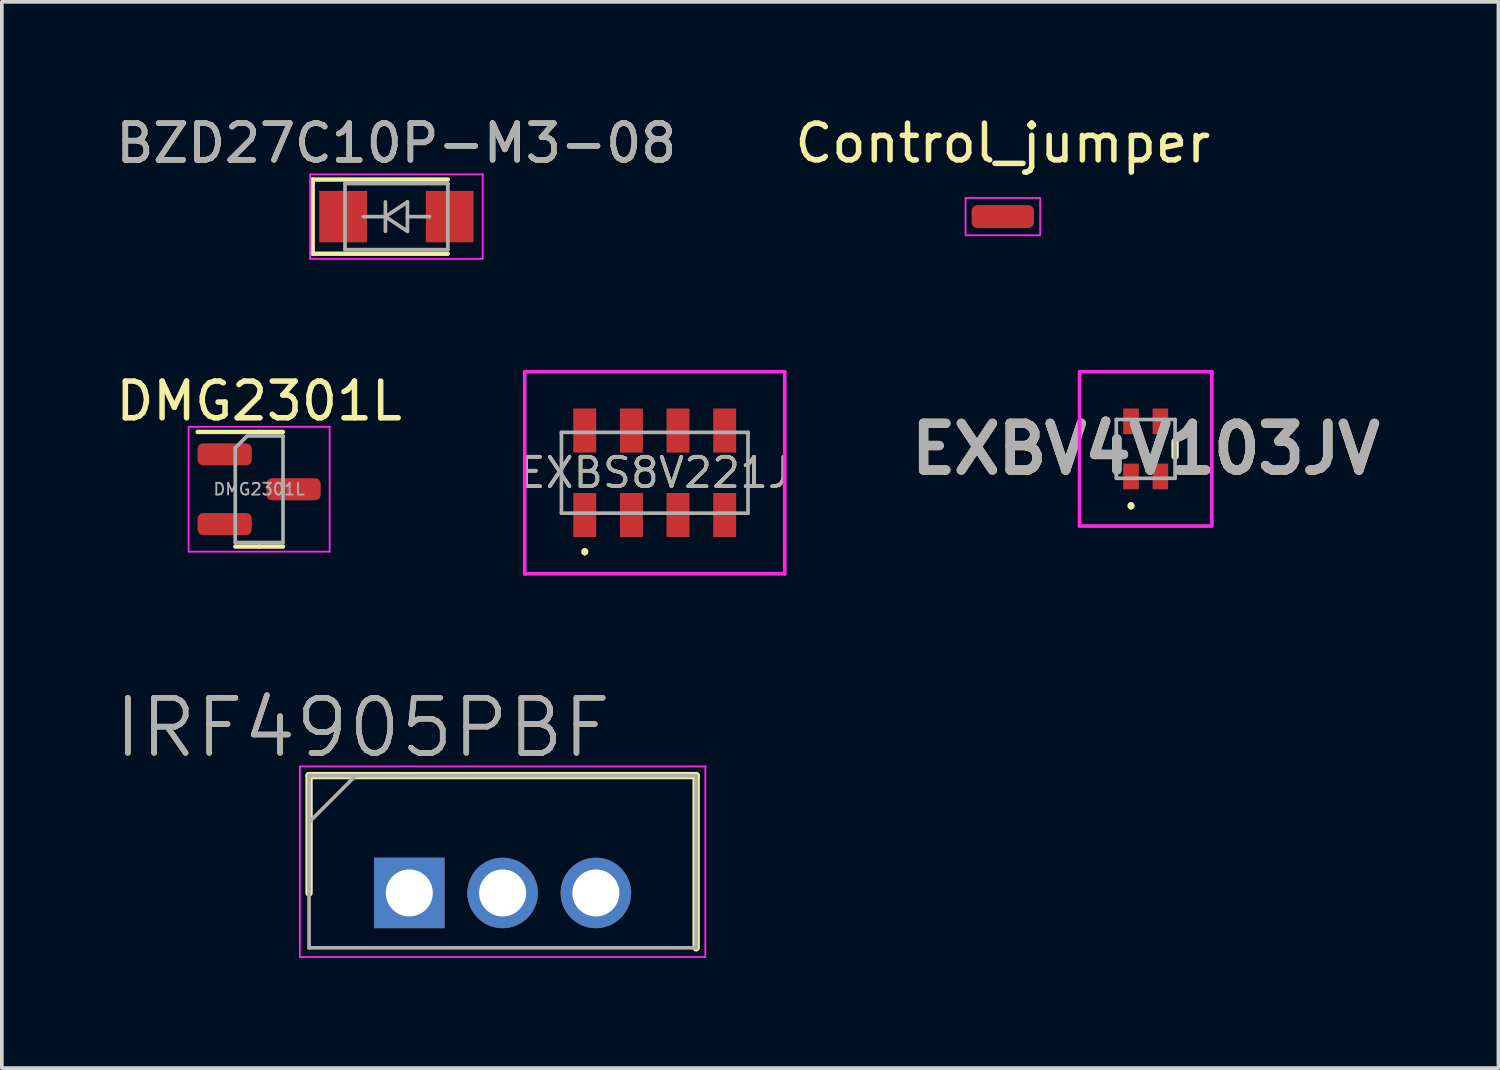
<source format=kicad_pcb>
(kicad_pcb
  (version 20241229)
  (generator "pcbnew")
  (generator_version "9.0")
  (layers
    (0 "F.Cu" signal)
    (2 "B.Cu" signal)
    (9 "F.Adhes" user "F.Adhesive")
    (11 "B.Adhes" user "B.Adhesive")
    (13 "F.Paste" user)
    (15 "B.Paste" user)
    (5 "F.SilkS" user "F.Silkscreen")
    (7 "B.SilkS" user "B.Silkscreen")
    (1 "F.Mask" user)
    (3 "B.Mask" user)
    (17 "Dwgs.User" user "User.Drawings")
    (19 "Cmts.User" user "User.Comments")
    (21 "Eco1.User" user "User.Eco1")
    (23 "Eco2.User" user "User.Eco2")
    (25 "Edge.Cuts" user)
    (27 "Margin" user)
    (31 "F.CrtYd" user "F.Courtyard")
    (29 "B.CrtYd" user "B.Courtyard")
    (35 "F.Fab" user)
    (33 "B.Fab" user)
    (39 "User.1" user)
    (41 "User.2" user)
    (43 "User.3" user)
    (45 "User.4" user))
  (footprint "IRF4905PBF"
    (layer "F.Cu")
    (at 8.095 21.264)
    (property "Reference" "IRF4905PBF" (at -1.27 -4.5 0) (layer "F.SilkS") (effects (font (size 1.5 1.5) (thickness 0.15))))
    (attr through_hole)
    (fp_line (start -2.73 -3.195) (end -2.73 0) (stroke (width 0.2) (type solid)) (layer "F.SilkS"))
    (fp_line (start 7.81 -3.195) (end -2.73 -3.195) (stroke (width 0.2) (type solid)) (layer "F.SilkS"))
    (fp_line (start 7.81 1.495) (end 7.81 -3.195) (stroke (width 0.2) (type solid)) (layer "F.SilkS"))
    (fp_line (start -2.98 -3.445) (end 8.06 -3.445) (stroke (width 0.05) (type solid)) (layer "F.CrtYd"))
    (fp_line (start -2.98 1.745) (end -2.98 -3.445) (stroke (width 0.05) (type solid)) (layer "F.CrtYd"))
    (fp_line (start 8.06 -3.445) (end 8.06 1.745) (stroke (width 0.05) (type solid)) (layer "F.CrtYd"))
    (fp_line (start 8.06 1.745) (end -2.98 1.745) (stroke (width 0.05) (type solid)) (layer "F.CrtYd"))
    (fp_line (start -2.73 -3.195) (end 7.81 -3.195) (stroke (width 0.1) (type solid)) (layer "F.Fab"))
    (fp_line (start -2.73 -1.925) (end -1.46 -3.195) (stroke (width 0.1) (type solid)) (layer "F.Fab"))
    (fp_line (start -2.73 1.495) (end -2.73 -3.195) (stroke (width 0.1) (type solid)) (layer "F.Fab"))
    (fp_line (start 7.81 -3.195) (end 7.81 1.495) (stroke (width 0.1) (type solid)) (layer "F.Fab"))
    (fp_line (start 7.81 1.495) (end -2.73 1.495) (stroke (width 0.1) (type solid)) (layer "F.Fab"))
    (fp_text user "${REFERENCE}" (at -1.27 -4.5 0) (layer "F.Fab") (effects (font (size 1.5 1.5) (thickness 0.15))))
    (pad "1" thru_hole rect (at 0 0) (size 1.92 1.92) (drill 1.28) (layers "*.Cu" "*.Mask"))
    (pad "2" thru_hole circle (at 2.54 0) (size 1.92 1.92) (drill 1.28) (layers "*.Cu" "*.Mask"))
    (pad "3" thru_hole circle (at 5.08 0) (size 1.92 1.92) (drill 1.28) (layers "*.Cu" "*.Mask")))
  (footprint "EXBV4V103JV"
    (layer "F.Cu")
    (at 28.146 9.173)
    (property "Reference" "EXBV4V103JV" (at 0 0 0) (layer "F.SilkS") (effects (font (size 1.27 1.27) (thickness 0.254))))
    (attr smd)
    (fp_line (start -0.8 -0.2) (end -0.8 0.2) (stroke (width 0.2) (type solid)) (layer "F.SilkS"))
    (fp_line (start -0.4 1.5) (end -0.4 1.5) (stroke (width 0.1) (type solid)) (layer "F.SilkS"))
    (fp_line (start -0.4 1.6) (end -0.4 1.6) (stroke (width 0.1) (type solid)) (layer "F.SilkS"))
    (fp_line (start 0.8 -0.2) (end 0.8 0.2) (stroke (width 0.2) (type solid)) (layer "F.SilkS"))
    (fp_arc (start -0.4 1.5) (mid -0.35 1.55) (end -0.4 1.6) (stroke (width 0.1) (type solid)) (layer "F.SilkS"))
    (fp_arc (start -0.4 1.6) (mid -0.45 1.55) (end -0.4 1.5) (stroke (width 0.1) (type solid)) (layer "F.SilkS"))
    (fp_line (start -1.8 -2.1) (end 1.8 -2.1) (stroke (width 0.1) (type solid)) (layer "F.CrtYd"))
    (fp_line (start -1.8 2.1) (end -1.8 -2.1) (stroke (width 0.1) (type solid)) (layer "F.CrtYd"))
    (fp_line (start 1.8 -2.1) (end 1.8 2.1) (stroke (width 0.1) (type solid)) (layer "F.CrtYd"))
    (fp_line (start 1.8 2.1) (end -1.8 2.1) (stroke (width 0.1) (type solid)) (layer "F.CrtYd"))
    (fp_line (start -0.8 -0.8) (end 0.8 -0.8) (stroke (width 0.1) (type solid)) (layer "F.Fab"))
    (fp_line (start -0.8 0.8) (end -0.8 -0.8) (stroke (width 0.1) (type solid)) (layer "F.Fab"))
    (fp_line (start 0.8 -0.8) (end 0.8 0.8) (stroke (width 0.1) (type solid)) (layer "F.Fab"))
    (fp_line (start 0.8 0.8) (end -0.8 0.8) (stroke (width 0.1) (type solid)) (layer "F.Fab"))
    (fp_text user "${REFERENCE}" (at 0 0 0) (layer "F.Fab") (effects (font (size 1.27 1.27) (thickness 0.254))))
    (pad "1" smd rect (at -0.4 0.75) (size 0.425 0.7) (layers "F.Cu" "F.Mask" "F.Paste"))
    (pad "2" smd rect (at 0.4 0.75) (size 0.425 0.7) (layers "F.Cu" "F.Mask" "F.Paste"))
    (pad "3" smd rect (at 0.4 -0.75) (size 0.425 0.7) (layers "F.Cu" "F.Mask" "F.Paste"))
    (pad "4" smd rect (at -0.4 -0.75) (size 0.425 0.7) (layers "F.Cu" "F.Mask" "F.Paste")))
  (footprint "DMG2301L"
    (layer "F.Cu")
    (at 4.006 10.271)
    (property "Reference" "DMG2301L" (at 0 -2.4 0) (layer "F.SilkS") (effects (font (size 1 1) (thickness 0.15))))
    (attr smd)
    (fp_line (start 0 -1.56) (end -1.675 -1.56) (stroke (width 0.12) (type solid)) (layer "F.SilkS"))
    (fp_line (start 0 -1.56) (end 0.65 -1.56) (stroke (width 0.12) (type solid)) (layer "F.SilkS"))
    (fp_line (start 0 1.56) (end -0.65 1.56) (stroke (width 0.12) (type solid)) (layer "F.SilkS"))
    (fp_line (start 0 1.56) (end 0.65 1.56) (stroke (width 0.12) (type solid)) (layer "F.SilkS"))
    (fp_line (start -1.92 -1.7) (end -1.92 1.7) (stroke (width 0.05) (type solid)) (layer "F.CrtYd"))
    (fp_line (start -1.92 1.7) (end 1.92 1.7) (stroke (width 0.05) (type solid)) (layer "F.CrtYd"))
    (fp_line (start 1.92 -1.7) (end -1.92 -1.7) (stroke (width 0.05) (type solid)) (layer "F.CrtYd"))
    (fp_line (start 1.92 1.7) (end 1.92 -1.7) (stroke (width 0.05) (type solid)) (layer "F.CrtYd"))
    (fp_line (start -0.65 -1.125) (end -0.325 -1.45) (stroke (width 0.1) (type solid)) (layer "F.Fab"))
    (fp_line (start -0.65 1.45) (end -0.65 -1.125) (stroke (width 0.1) (type solid)) (layer "F.Fab"))
    (fp_line (start -0.325 -1.45) (end 0.65 -1.45) (stroke (width 0.1) (type solid)) (layer "F.Fab"))
    (fp_line (start 0.65 -1.45) (end 0.65 1.45) (stroke (width 0.1) (type solid)) (layer "F.Fab"))
    (fp_line (start 0.65 1.45) (end -0.65 1.45) (stroke (width 0.1) (type solid)) (layer "F.Fab"))
    (fp_text user "${REFERENCE}" (at 0 0 0) (layer "F.Fab") (effects (font (size 0.32 0.32) (thickness 0.05))))
    (pad "1" smd roundrect (at -0.938 -0.95) (size 1.475 0.6) (layers "F.Cu" "F.Mask" "F.Paste") (roundrect_rratio 0.25))
    (pad "2" smd roundrect (at -0.938 0.95) (size 1.475 0.6) (layers "F.Cu" "F.Mask" "F.Paste") (roundrect_rratio 0.25))
    (pad "3" smd roundrect (at 0.938 0) (size 1.475 0.6) (layers "F.Cu" "F.Mask" "F.Paste") (roundrect_rratio 0.25)))
  (footprint "Control_jumper"
    (layer "F.Cu")
    (at 24.256 2.848)
    (property "Reference" "Control_jumper" (at 0 -2 0) (unlocked yes) (layer "F.SilkS") (effects (font (size 1 1) (thickness 0.15))))
    (attr smd)
    (fp_rect (start -1.016 -0.508) (end 1.016 0.508) (stroke (width 0.05) (type solid)) (fill no) (layer "F.CrtYd"))
    (pad "1" smd roundrect (at 0 0) (size 1.7 0.625) (layers "F.Cu" "F.Mask" "F.Paste") (roundrect_rratio 0.25)))
  (footprint "EXBS8V221J"
    (layer "F.Cu")
    (at 14.777 9.823)
    (property "Reference" "EXBS8V221J" (at 0 0 0) (layer "F.SilkS") (effects (font (size 0.8 0.8) (thickness 0.1))))
    (attr smd)
    (fp_line (start -1.905 2.1) (end -1.905 2.1) (stroke (width 0.1) (type solid)) (layer "F.SilkS"))
    (fp_line (start -1.905 2.2) (end -1.905 2.2) (stroke (width 0.1) (type solid)) (layer "F.SilkS"))
    (fp_arc (start -1.905 2.1) (mid -1.855 2.15) (end -1.905 2.2) (stroke (width 0.1) (type solid)) (layer "F.SilkS"))
    (fp_arc (start -1.905 2.2) (mid -1.955 2.15) (end -1.905 2.1) (stroke (width 0.1) (type solid)) (layer "F.SilkS"))
    (fp_line (start -3.54 -2.75) (end 3.54 -2.75) (stroke (width 0.1) (type solid)) (layer "F.CrtYd"))
    (fp_line (start -3.54 2.75) (end -3.54 -2.75) (stroke (width 0.1) (type solid)) (layer "F.CrtYd"))
    (fp_line (start 3.54 -2.75) (end 3.54 2.75) (stroke (width 0.1) (type solid)) (layer "F.CrtYd"))
    (fp_line (start 3.54 2.75) (end -3.54 2.75) (stroke (width 0.1) (type solid)) (layer "F.CrtYd"))
    (fp_line (start -2.54 -1.1) (end 2.54 -1.1) (stroke (width 0.1) (type solid)) (layer "F.Fab"))
    (fp_line (start -2.54 1.1) (end -2.54 -1.1) (stroke (width 0.1) (type solid)) (layer "F.Fab"))
    (fp_line (start 2.54 -1.1) (end 2.54 1.1) (stroke (width 0.1) (type solid)) (layer "F.Fab"))
    (fp_line (start 2.54 1.1) (end -2.54 1.1) (stroke (width 0.1) (type solid)) (layer "F.Fab"))
    (fp_text user "${REFERENCE}" (at 0 0 0) (layer "F.Fab") (effects (font (size 0.8 0.8) (thickness 0.1))))
    (pad "1" smd rect (at -1.905 1.15) (size 0.625 1.2) (layers "F.Cu" "F.Mask" "F.Paste"))
    (pad "2" smd rect (at -0.635 1.15) (size 0.625 1.2) (layers "F.Cu" "F.Mask" "F.Paste"))
    (pad "3" smd rect (at 0.635 1.15) (size 0.625 1.2) (layers "F.Cu" "F.Mask" "F.Paste"))
    (pad "4" smd rect (at 1.905 1.15) (size 0.625 1.2) (layers "F.Cu" "F.Mask" "F.Paste"))
    (pad "5" smd rect (at 1.905 -1.15) (size 0.625 1.2) (layers "F.Cu" "F.Mask" "F.Paste"))
    (pad "6" smd rect (at 0.635 -1.15) (size 0.625 1.2) (layers "F.Cu" "F.Mask" "F.Paste"))
    (pad "7" smd rect (at -0.635 -1.15) (size 0.625 1.2) (layers "F.Cu" "F.Mask" "F.Paste"))
    (pad "8" smd rect (at -1.905 -1.15) (size 0.625 1.2) (layers "F.Cu" "F.Mask" "F.Paste")))
  (footprint "BZD27C10P-M3-08"
    (layer "F.Cu")
    (at 7.744 2.848)
    (property "Reference" "BZD27C10P-M3-08" (at 0 -2 0) (layer "F.SilkS") (effects (font (size 1 1) (thickness 0.15))))
    (attr smd)
    (fp_line (start -2.28 -1.01) (end -2.28 1.01) (stroke (width 0.12) (type solid)) (layer "F.SilkS"))
    (fp_line (start -2.28 -1.01) (end 1.4 -1.01) (stroke (width 0.12) (type solid)) (layer "F.SilkS"))
    (fp_line (start -2.28 1.01) (end 1.4 1.01) (stroke (width 0.12) (type solid)) (layer "F.SilkS"))
    (fp_line (start -2.35 -1.15) (end 2.35 -1.15) (stroke (width 0.05) (type solid)) (layer "F.CrtYd"))
    (fp_line (start -2.35 1.15) (end -2.35 -1.15) (stroke (width 0.05) (type solid)) (layer "F.CrtYd"))
    (fp_line (start 2.35 -1.15) (end 2.35 1.15) (stroke (width 0.05) (type solid)) (layer "F.CrtYd"))
    (fp_line (start 2.35 1.15) (end -2.35 1.15) (stroke (width 0.05) (type solid)) (layer "F.CrtYd"))
    (fp_line (start -1.4 0.9) (end -1.4 -0.9) (stroke (width 0.1) (type solid)) (layer "F.Fab"))
    (fp_line (start -0.3 -0.4) (end -0.3 0.4) (stroke (width 0.1) (type solid)) (layer "F.Fab"))
    (fp_line (start -0.3 0) (end -0.9 0) (stroke (width 0.1) (type solid)) (layer "F.Fab"))
    (fp_line (start -0.3 0) (end 0.3 -0.4) (stroke (width 0.1) (type solid)) (layer "F.Fab"))
    (fp_line (start -0.3 0.001) (end 0.3 0.4) (stroke (width 0.1) (type solid)) (layer "F.Fab"))
    (fp_line (start 0.3 0) (end 0.9 0) (stroke (width 0.1) (type solid)) (layer "F.Fab"))
    (fp_line (start 0.3 0.4) (end 0.3 -0.4) (stroke (width 0.1) (type solid)) (layer "F.Fab"))
    (fp_line (start 1.4 -0.9) (end -1.4 -0.9) (stroke (width 0.1) (type solid)) (layer "F.Fab"))
    (fp_line (start 1.4 -0.9) (end 1.4 0.9) (stroke (width 0.1) (type solid)) (layer "F.Fab"))
    (fp_line (start 1.4 0.9) (end -1.4 0.9) (stroke (width 0.1) (type solid)) (layer "F.Fab"))
    (fp_text user "${REFERENCE}" (at 0 -2 0) (layer "F.Fab") (effects (font (size 1 1) (thickness 0.15))))
    (pad "1" smd rect (at -1.45 0) (size 1.3 1.4) (layers "F.Cu" "F.Mask" "F.Paste"))
    (pad "2" smd rect (at 1.45 0) (size 1.3 1.4) (layers "F.Cu" "F.Mask" "F.Paste")))
  (gr_rect
    (start -3 -3)
    (end 37.75 26.034)
    (stroke (width 0.1) (type default))
    (fill no)
    (layer "Edge.Cuts")))
</source>
